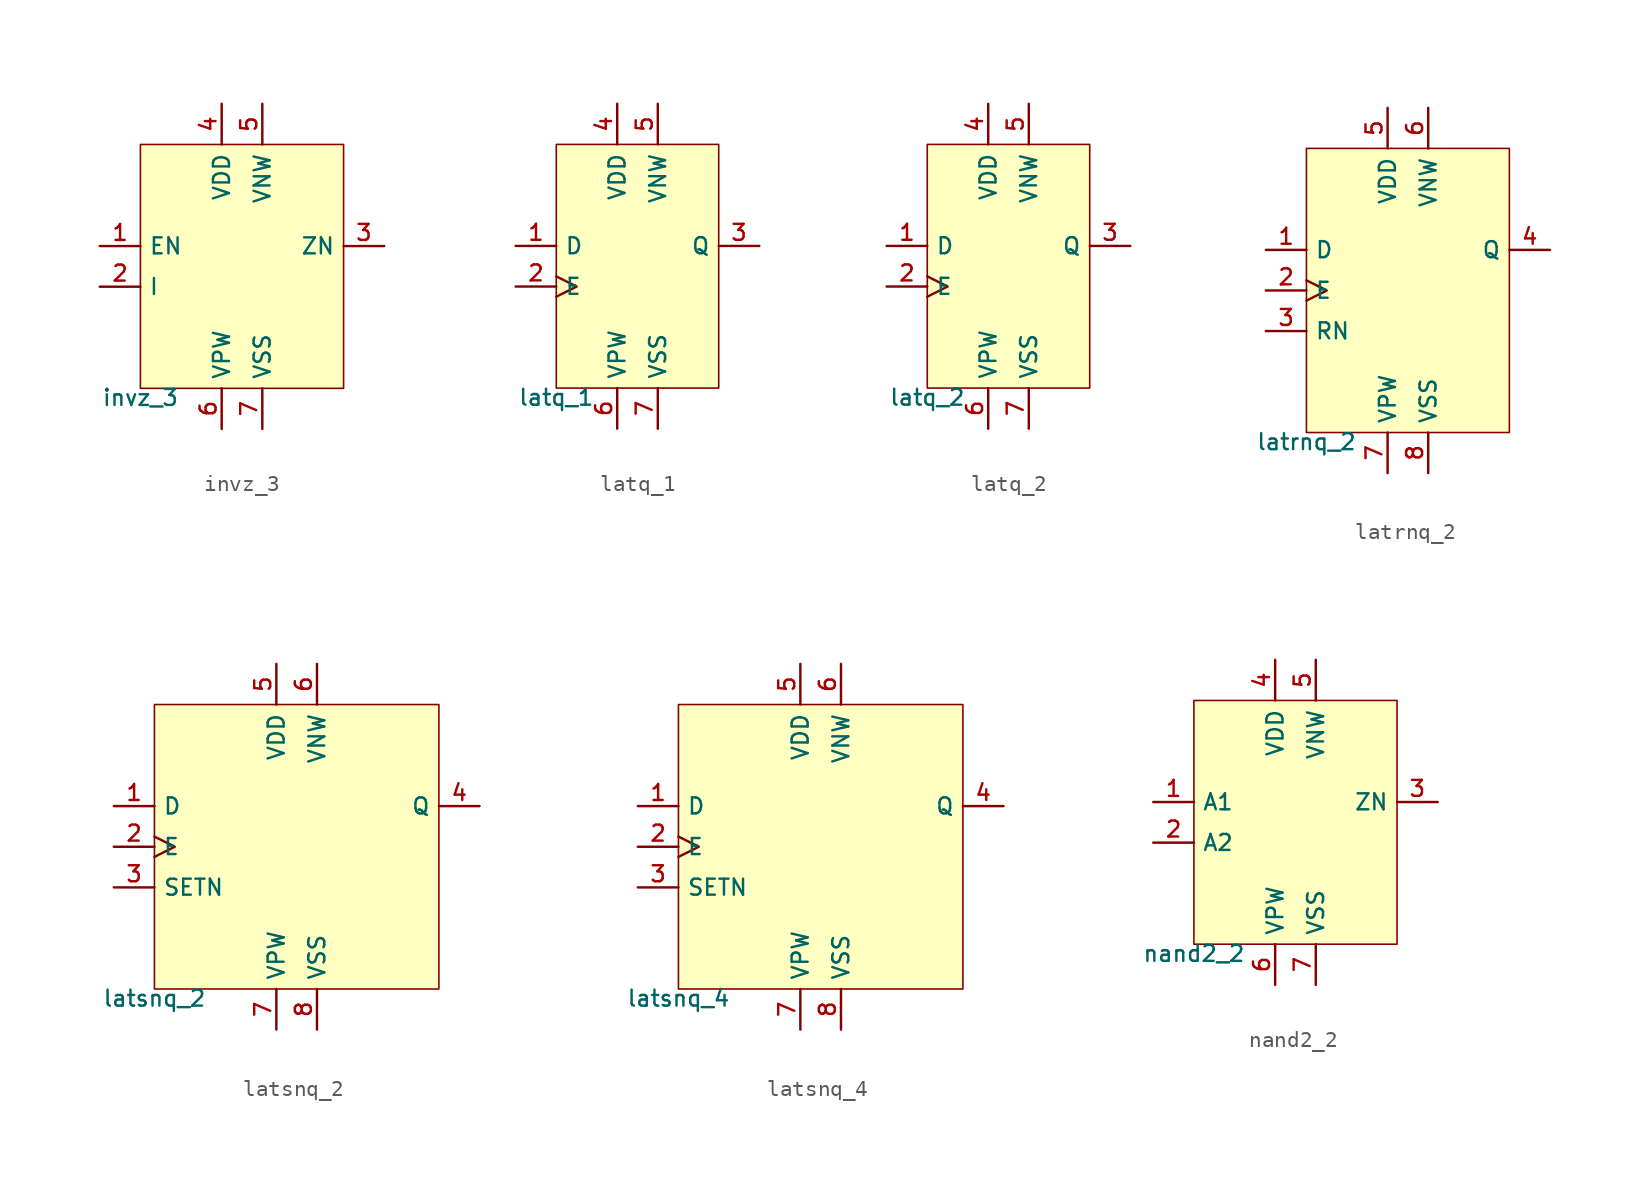
<source format=kicad_sym>
(kicad_symbol_lib
  (version 20211014)
  (generator pdk2kicad)
  (symbol "invz_3"
    (property "Reference" "X"
      (at 0 0 0)
      (effects (font (size 1 1)) hide))
    (property "Value" "invz_3"
      (at -6.35 -7.62 0)
      (effects (font (size 1 1)) (justify top)))
    (rectangle
      (start -6.35 -7.62)
      (end 6.35 7.62)
      (stroke (width 0.1) (type solid) (color 0 0 0 0))
      (fill (type background)))
    (pin input line
      (at -8.89 1.27 0)
      (length 2.54)
      (name "EN" (effects (font (size 1 1)) hide))
      (number "1" (effects (font (size 1 1)) hide)))
    (pin input line
      (at -8.89 -1.27 0)
      (length 2.54)
      (name "I" (effects (font (size 1 1)) hide))
      (number "2" (effects (font (size 1 1)) hide)))
    (pin output line
      (at 8.89 1.27 180)
      (length 2.54)
      (name "ZN" (effects (font (size 1 1)) hide))
      (number "3" (effects (font (size 1 1)) hide)))
    (pin power_in line
      (at -1.27 10.16 270)
      (length 2.54)
      (name "VDD" (effects (font (size 1 1)) hide))
      (number "4" (effects (font (size 1 1)) hide)))
    (pin power_in line
      (at 1.27 10.16 270)
      (length 2.54)
      (name "VNW" (effects (font (size 1 1)) hide))
      (number "5" (effects (font (size 1 1)) hide)))
    (pin power_in line
      (at -1.27 -10.16 90)
      (length 2.54)
      (name "VPW" (effects (font (size 1 1)) hide))
      (number "6" (effects (font (size 1 1)) hide)))
    (pin power_in line
      (at 1.27 -10.16 90)
      (length 2.54)
      (name "VSS" (effects (font (size 1 1)) hide))
      (number "7" (effects (font (size 1 1)) hide))))
  (symbol "latq_1"
    (property "Reference" "X"
      (at 0 0 0)
      (effects (font (size 1 1)) hide))
    (property "Value" "latq_1"
      (at -5.08 -7.62 0)
      (effects (font (size 1 1)) (justify top)))
    (rectangle
      (start -5.08 -7.62)
      (end 5.08 7.62)
      (stroke (width 0.1) (type solid) (color 0 0 0 0))
      (fill (type background)))
    (pin input line
      (at -7.62 1.27 0)
      (length 2.54)
      (name "D" (effects (font (size 1 1)) hide))
      (number "1" (effects (font (size 1 1)) hide)))
    (pin input clock
      (at -7.62 -1.27 0)
      (length 2.54)
      (name "E" (effects (font (size 1 1)) hide))
      (number "2" (effects (font (size 1 1)) hide)))
    (pin output line
      (at 7.62 1.27 180)
      (length 2.54)
      (name "Q" (effects (font (size 1 1)) hide))
      (number "3" (effects (font (size 1 1)) hide)))
    (pin power_in line
      (at -1.27 10.16 270)
      (length 2.54)
      (name "VDD" (effects (font (size 1 1)) hide))
      (number "4" (effects (font (size 1 1)) hide)))
    (pin power_in line
      (at 1.27 10.16 270)
      (length 2.54)
      (name "VNW" (effects (font (size 1 1)) hide))
      (number "5" (effects (font (size 1 1)) hide)))
    (pin power_in line
      (at -1.27 -10.16 90)
      (length 2.54)
      (name "VPW" (effects (font (size 1 1)) hide))
      (number "6" (effects (font (size 1 1)) hide)))
    (pin power_in line
      (at 1.27 -10.16 90)
      (length 2.54)
      (name "VSS" (effects (font (size 1 1)) hide))
      (number "7" (effects (font (size 1 1)) hide))))
  (symbol "latq_2"
    (property "Reference" "X"
      (at 0 0 0)
      (effects (font (size 1 1)) hide))
    (property "Value" "latq_2"
      (at -5.08 -7.62 0)
      (effects (font (size 1 1)) (justify top)))
    (rectangle
      (start -5.08 -7.62)
      (end 5.08 7.62)
      (stroke (width 0.1) (type solid) (color 0 0 0 0))
      (fill (type background)))
    (pin input line
      (at -7.62 1.27 0)
      (length 2.54)
      (name "D" (effects (font (size 1 1)) hide))
      (number "1" (effects (font (size 1 1)) hide)))
    (pin input clock
      (at -7.62 -1.27 0)
      (length 2.54)
      (name "E" (effects (font (size 1 1)) hide))
      (number "2" (effects (font (size 1 1)) hide)))
    (pin output line
      (at 7.62 1.27 180)
      (length 2.54)
      (name "Q" (effects (font (size 1 1)) hide))
      (number "3" (effects (font (size 1 1)) hide)))
    (pin power_in line
      (at -1.27 10.16 270)
      (length 2.54)
      (name "VDD" (effects (font (size 1 1)) hide))
      (number "4" (effects (font (size 1 1)) hide)))
    (pin power_in line
      (at 1.27 10.16 270)
      (length 2.54)
      (name "VNW" (effects (font (size 1 1)) hide))
      (number "5" (effects (font (size 1 1)) hide)))
    (pin power_in line
      (at -1.27 -10.16 90)
      (length 2.54)
      (name "VPW" (effects (font (size 1 1)) hide))
      (number "6" (effects (font (size 1 1)) hide)))
    (pin power_in line
      (at 1.27 -10.16 90)
      (length 2.54)
      (name "VSS" (effects (font (size 1 1)) hide))
      (number "7" (effects (font (size 1 1)) hide))))
  (symbol "latrnq_2"
    (property "Reference" "X"
      (at 0 0 0)
      (effects (font (size 1 1)) hide))
    (property "Value" "latrnq_2"
      (at -6.35 -8.89 0)
      (effects (font (size 1 1)) (justify top)))
    (rectangle
      (start -6.35 -8.89)
      (end 6.35 8.89)
      (stroke (width 0.1) (type solid) (color 0 0 0 0))
      (fill (type background)))
    (pin input line
      (at -8.89 2.54 0)
      (length 2.54)
      (name "D" (effects (font (size 1 1)) hide))
      (number "1" (effects (font (size 1 1)) hide)))
    (pin input clock
      (at -8.89 4.440892098500626e-16 0)
      (length 2.54)
      (name "E" (effects (font (size 1 1)) hide))
      (number "2" (effects (font (size 1 1)) hide)))
    (pin input line
      (at -8.89 -2.54 0)
      (length 2.54)
      (name "RN" (effects (font (size 1 1)) hide))
      (number "3" (effects (font (size 1 1)) hide)))
    (pin output line
      (at 8.89 2.54 180)
      (length 2.54)
      (name "Q" (effects (font (size 1 1)) hide))
      (number "4" (effects (font (size 1 1)) hide)))
    (pin power_in line
      (at -1.27 11.43 270)
      (length 2.54)
      (name "VDD" (effects (font (size 1 1)) hide))
      (number "5" (effects (font (size 1 1)) hide)))
    (pin power_in line
      (at 1.27 11.43 270)
      (length 2.54)
      (name "VNW" (effects (font (size 1 1)) hide))
      (number "6" (effects (font (size 1 1)) hide)))
    (pin power_in line
      (at -1.27 -11.43 90)
      (length 2.54)
      (name "VPW" (effects (font (size 1 1)) hide))
      (number "7" (effects (font (size 1 1)) hide)))
    (pin power_in line
      (at 1.27 -11.43 90)
      (length 2.54)
      (name "VSS" (effects (font (size 1 1)) hide))
      (number "8" (effects (font (size 1 1)) hide))))
  (symbol "latsnq_2"
    (property "Reference" "X"
      (at 0 0 0)
      (effects (font (size 1 1)) hide))
    (property "Value" "latsnq_2"
      (at -8.89 -8.89 0)
      (effects (font (size 1 1)) (justify top)))
    (rectangle
      (start -8.89 -8.89)
      (end 8.89 8.89)
      (stroke (width 0.1) (type solid) (color 0 0 0 0))
      (fill (type background)))
    (pin input line
      (at -11.43 2.54 0)
      (length 2.54)
      (name "D" (effects (font (size 1 1)) hide))
      (number "1" (effects (font (size 1 1)) hide)))
    (pin input clock
      (at -11.43 4.440892098500626e-16 0)
      (length 2.54)
      (name "E" (effects (font (size 1 1)) hide))
      (number "2" (effects (font (size 1 1)) hide)))
    (pin input line
      (at -11.43 -2.54 0)
      (length 2.54)
      (name "SETN" (effects (font (size 1 1)) hide))
      (number "3" (effects (font (size 1 1)) hide)))
    (pin output line
      (at 11.43 2.54 180)
      (length 2.54)
      (name "Q" (effects (font (size 1 1)) hide))
      (number "4" (effects (font (size 1 1)) hide)))
    (pin power_in line
      (at -1.27 11.43 270)
      (length 2.54)
      (name "VDD" (effects (font (size 1 1)) hide))
      (number "5" (effects (font (size 1 1)) hide)))
    (pin power_in line
      (at 1.27 11.43 270)
      (length 2.54)
      (name "VNW" (effects (font (size 1 1)) hide))
      (number "6" (effects (font (size 1 1)) hide)))
    (pin power_in line
      (at -1.27 -11.43 90)
      (length 2.54)
      (name "VPW" (effects (font (size 1 1)) hide))
      (number "7" (effects (font (size 1 1)) hide)))
    (pin power_in line
      (at 1.27 -11.43 90)
      (length 2.54)
      (name "VSS" (effects (font (size 1 1)) hide))
      (number "8" (effects (font (size 1 1)) hide))))
  (symbol "latsnq_4"
    (property "Reference" "X"
      (at 0 0 0)
      (effects (font (size 1 1)) hide))
    (property "Value" "latsnq_4"
      (at -8.89 -8.89 0)
      (effects (font (size 1 1)) (justify top)))
    (rectangle
      (start -8.89 -8.89)
      (end 8.89 8.89)
      (stroke (width 0.1) (type solid) (color 0 0 0 0))
      (fill (type background)))
    (pin input line
      (at -11.43 2.54 0)
      (length 2.54)
      (name "D" (effects (font (size 1 1)) hide))
      (number "1" (effects (font (size 1 1)) hide)))
    (pin input clock
      (at -11.43 4.440892098500626e-16 0)
      (length 2.54)
      (name "E" (effects (font (size 1 1)) hide))
      (number "2" (effects (font (size 1 1)) hide)))
    (pin input line
      (at -11.43 -2.54 0)
      (length 2.54)
      (name "SETN" (effects (font (size 1 1)) hide))
      (number "3" (effects (font (size 1 1)) hide)))
    (pin output line
      (at 11.43 2.54 180)
      (length 2.54)
      (name "Q" (effects (font (size 1 1)) hide))
      (number "4" (effects (font (size 1 1)) hide)))
    (pin power_in line
      (at -1.27 11.43 270)
      (length 2.54)
      (name "VDD" (effects (font (size 1 1)) hide))
      (number "5" (effects (font (size 1 1)) hide)))
    (pin power_in line
      (at 1.27 11.43 270)
      (length 2.54)
      (name "VNW" (effects (font (size 1 1)) hide))
      (number "6" (effects (font (size 1 1)) hide)))
    (pin power_in line
      (at -1.27 -11.43 90)
      (length 2.54)
      (name "VPW" (effects (font (size 1 1)) hide))
      (number "7" (effects (font (size 1 1)) hide)))
    (pin power_in line
      (at 1.27 -11.43 90)
      (length 2.54)
      (name "VSS" (effects (font (size 1 1)) hide))
      (number "8" (effects (font (size 1 1)) hide))))
  (symbol "nand2_2"
    (property "Reference" "X"
      (at 0 0 0)
      (effects (font (size 1 1)) hide))
    (property "Value" "nand2_2"
      (at -6.35 -7.62 0)
      (effects (font (size 1 1)) (justify top)))
    (rectangle
      (start -6.35 -7.62)
      (end 6.35 7.62)
      (stroke (width 0.1) (type solid) (color 0 0 0 0))
      (fill (type background)))
    (pin input line
      (at -8.89 1.27 0)
      (length 2.54)
      (name "A1" (effects (font (size 1 1)) hide))
      (number "1" (effects (font (size 1 1)) hide)))
    (pin input line
      (at -8.89 -1.27 0)
      (length 2.54)
      (name "A2" (effects (font (size 1 1)) hide))
      (number "2" (effects (font (size 1 1)) hide)))
    (pin output line
      (at 8.89 1.27 180)
      (length 2.54)
      (name "ZN" (effects (font (size 1 1)) hide))
      (number "3" (effects (font (size 1 1)) hide)))
    (pin power_in line
      (at -1.27 10.16 270)
      (length 2.54)
      (name "VDD" (effects (font (size 1 1)) hide))
      (number "4" (effects (font (size 1 1)) hide)))
    (pin power_in line
      (at 1.27 10.16 270)
      (length 2.54)
      (name "VNW" (effects (font (size 1 1)) hide))
      (number "5" (effects (font (size 1 1)) hide)))
    (pin power_in line
      (at -1.27 -10.16 90)
      (length 2.54)
      (name "VPW" (effects (font (size 1 1)) hide))
      (number "6" (effects (font (size 1 1)) hide)))
    (pin power_in line
      (at 1.27 -10.16 90)
      (length 2.54)
      (name "VSS" (effects (font (size 1 1)) hide))
      (number "7" (effects (font (size 1 1)) hide)))))
</source>
